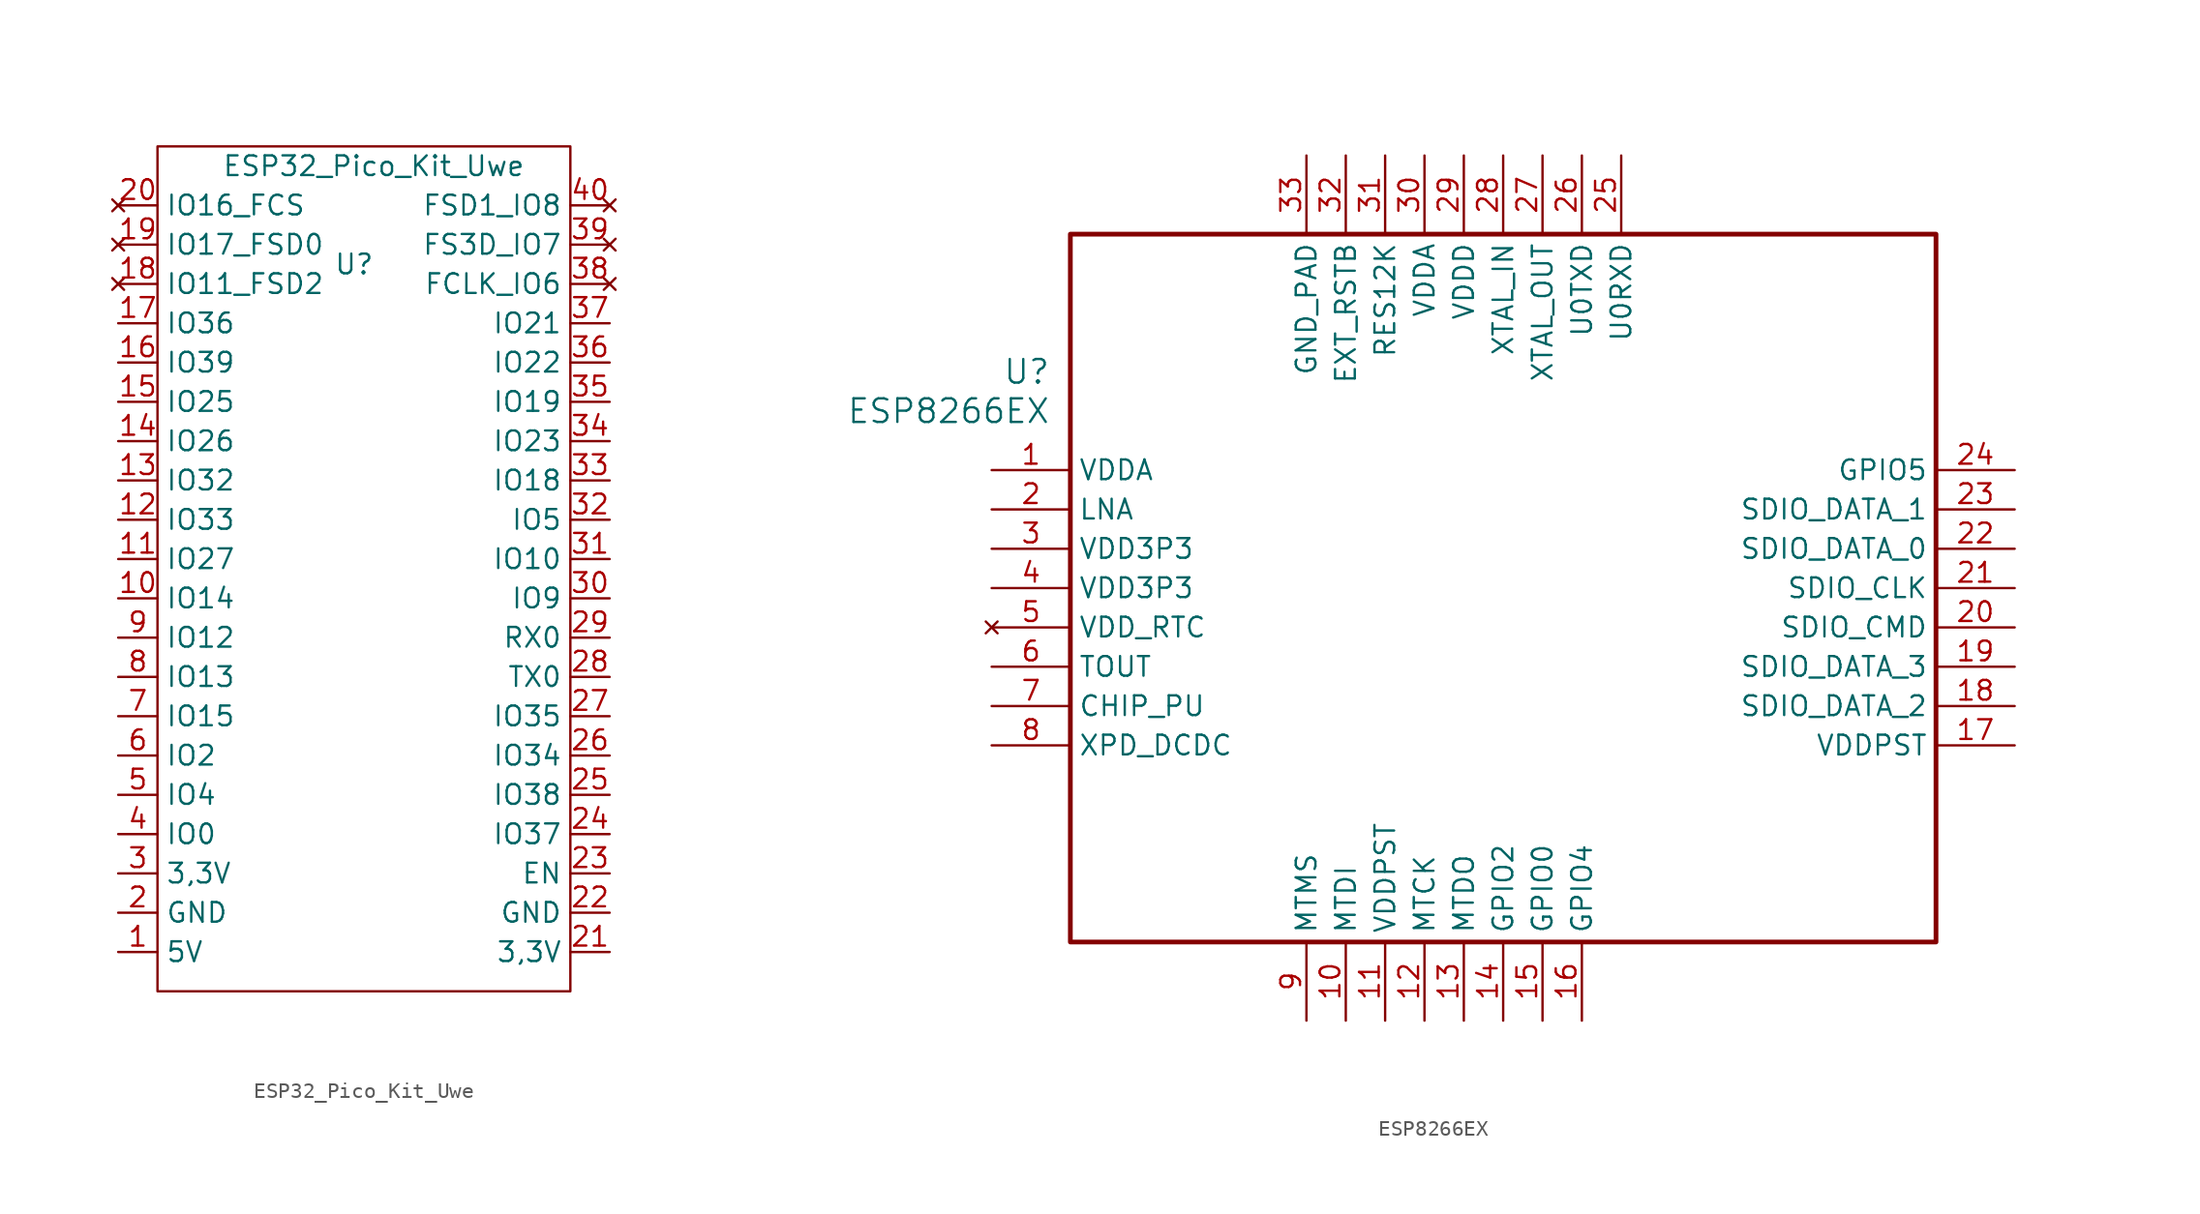
<source format=kicad_sym>
(kicad_symbol_lib
  (version 20201005)
  (generator kicad_symbol_editor)
  (symbol "Zimprich_neu:ESP32_Pico_Kit_Uwe"
    (property "Reference" "U"
      (at -1.27 21.59 0)
      (effects (font (size 1.27 1.27))))
    (property "Value" "ESP32_Pico_Kit_Uwe"
      (at 0 27.94 0)
      (effects (font (size 1.27 1.27))))
    (symbol "ESP32_Pico_Kit_Uwe_0_1"
      (rectangle (start -13.97 29.21) (end 12.7 -25.4) (stroke (width 0)) (fill (type none))))
    (symbol "ESP32_Pico_Kit_Uwe_1_1"
      (pin input line (at -16.51 -22.86 0) (length 2.54) (name "5V" (effects (font (size 1.27 1.27)))) (number "1" (effects (font (size 1.27 1.27)))))
      (pin bidirectional line (at -16.51 0 0) (length 2.54) (name "IO14" (effects (font (size 1.27 1.27)))) (number "10" (effects (font (size 1.27 1.27)))))
      (pin bidirectional line (at -16.51 2.54 0) (length 2.54) (name "IO27" (effects (font (size 1.27 1.27)))) (number "11" (effects (font (size 1.27 1.27)))))
      (pin bidirectional line (at -16.51 5.08 0) (length 2.54) (name "IO33" (effects (font (size 1.27 1.27)))) (number "12" (effects (font (size 1.27 1.27)))))
      (pin bidirectional line (at -16.51 7.62 0) (length 2.54) (name "IO32" (effects (font (size 1.27 1.27)))) (number "13" (effects (font (size 1.27 1.27)))))
      (pin bidirectional line (at -16.51 10.16 0) (length 2.54) (name "IO26" (effects (font (size 1.27 1.27)))) (number "14" (effects (font (size 1.27 1.27)))))
      (pin bidirectional line (at -16.51 12.7 0) (length 2.54) (name "IO25" (effects (font (size 1.27 1.27)))) (number "15" (effects (font (size 1.27 1.27)))))
      (pin bidirectional line (at -16.51 15.24 0) (length 2.54) (name "IO39" (effects (font (size 1.27 1.27)))) (number "16" (effects (font (size 1.27 1.27)))))
      (pin bidirectional line (at -16.51 17.78 0) (length 2.54) (name "IO36" (effects (font (size 1.27 1.27)))) (number "17" (effects (font (size 1.27 1.27)))))
      (pin unconnected line (at -16.51 20.32 0) (length 2.54) (name "IO11_FSD2" (effects (font (size 1.27 1.27)))) (number "18" (effects (font (size 1.27 1.27)))))
      (pin unconnected line (at -16.51 22.86 0) (length 2.54) (name "IO17_FSD0" (effects (font (size 1.27 1.27)))) (number "19" (effects (font (size 1.27 1.27)))))
      (pin input line (at -16.51 -20.32 0) (length 2.54) (name "GND" (effects (font (size 1.27 1.27)))) (number "2" (effects (font (size 1.27 1.27)))))
      (pin unconnected line (at -16.51 25.4 0) (length 2.54) (name "IO16_FCS" (effects (font (size 1.27 1.27)))) (number "20" (effects (font (size 1.27 1.27)))))
      (pin output line (at 15.24 -22.86 180) (length 2.54) (name "3,3V" (effects (font (size 1.27 1.27)))) (number "21" (effects (font (size 1.27 1.27)))))
      (pin input line (at 15.24 -20.32 180) (length 2.54) (name "GND" (effects (font (size 1.27 1.27)))) (number "22" (effects (font (size 1.27 1.27)))))
      (pin input line (at 15.24 -17.78 180) (length 2.54) (name "EN" (effects (font (size 1.27 1.27)))) (number "23" (effects (font (size 1.27 1.27)))))
      (pin bidirectional line (at 15.24 -15.24 180) (length 2.54) (name "IO37" (effects (font (size 1.27 1.27)))) (number "24" (effects (font (size 1.27 1.27)))))
      (pin bidirectional line (at 15.24 -12.7 180) (length 2.54) (name "IO38" (effects (font (size 1.27 1.27)))) (number "25" (effects (font (size 1.27 1.27)))))
      (pin bidirectional line (at 15.24 -10.16 180) (length 2.54) (name "IO34" (effects (font (size 1.27 1.27)))) (number "26" (effects (font (size 1.27 1.27)))))
      (pin bidirectional line (at 15.24 -7.62 180) (length 2.54) (name "IO35" (effects (font (size 1.27 1.27)))) (number "27" (effects (font (size 1.27 1.27)))))
      (pin output line (at 15.24 -5.08 180) (length 2.54) (name "TX0" (effects (font (size 1.27 1.27)))) (number "28" (effects (font (size 1.27 1.27)))))
      (pin bidirectional line (at 15.24 -2.54 180) (length 2.54) (name "RX0" (effects (font (size 1.27 1.27)))) (number "29" (effects (font (size 1.27 1.27)))))
      (pin input line (at -16.51 -17.78 0) (length 2.54) (name "3,3V" (effects (font (size 1.27 1.27)))) (number "3" (effects (font (size 1.27 1.27)))))
      (pin bidirectional line (at 15.24 0 180) (length 2.54) (name "IO9" (effects (font (size 1.27 1.27)))) (number "30" (effects (font (size 1.27 1.27)))))
      (pin output line (at 15.24 2.54 180) (length 2.54) (name "IO10" (effects (font (size 1.27 1.27)))) (number "31" (effects (font (size 1.27 1.27)))))
      (pin bidirectional line (at 15.24 5.08 180) (length 2.54) (name "IO5" (effects (font (size 1.27 1.27)))) (number "32" (effects (font (size 1.27 1.27)))))
      (pin bidirectional line (at 15.24 7.62 180) (length 2.54) (name "IO18" (effects (font (size 1.27 1.27)))) (number "33" (effects (font (size 1.27 1.27)))))
      (pin bidirectional line (at 15.24 10.16 180) (length 2.54) (name "IO23" (effects (font (size 1.27 1.27)))) (number "34" (effects (font (size 1.27 1.27)))))
      (pin bidirectional line (at 15.24 12.7 180) (length 2.54) (name "IO19" (effects (font (size 1.27 1.27)))) (number "35" (effects (font (size 1.27 1.27)))))
      (pin bidirectional line (at 15.24 15.24 180) (length 2.54) (name "IO22" (effects (font (size 1.27 1.27)))) (number "36" (effects (font (size 1.27 1.27)))))
      (pin bidirectional line (at 15.24 17.78 180) (length 2.54) (name "IO21" (effects (font (size 1.27 1.27)))) (number "37" (effects (font (size 1.27 1.27)))))
      (pin unconnected line (at 15.24 20.32 180) (length 2.54) (name "FCLK_IO6" (effects (font (size 1.27 1.27)))) (number "38" (effects (font (size 1.27 1.27)))))
      (pin unconnected line (at 15.24 22.86 180) (length 2.54) (name "FS3D_IO7" (effects (font (size 1.27 1.27)))) (number "39" (effects (font (size 1.27 1.27)))))
      (pin bidirectional line (at -16.51 -15.24 0) (length 2.54) (name "IO0" (effects (font (size 1.27 1.27)))) (number "4" (effects (font (size 1.27 1.27)))))
      (pin unconnected line (at 15.24 25.4 180) (length 2.54) (name "FSD1_IO8" (effects (font (size 1.27 1.27)))) (number "40" (effects (font (size 1.27 1.27)))))
      (pin bidirectional line (at -16.51 -12.7 0) (length 2.54) (name "IO4" (effects (font (size 1.27 1.27)))) (number "5" (effects (font (size 1.27 1.27)))))
      (pin bidirectional line (at -16.51 -10.16 0) (length 2.54) (name "IO2" (effects (font (size 1.27 1.27)))) (number "6" (effects (font (size 1.27 1.27)))))
      (pin bidirectional line (at -16.51 -7.62 0) (length 2.54) (name "IO15" (effects (font (size 1.27 1.27)))) (number "7" (effects (font (size 1.27 1.27)))))
      (pin bidirectional line (at -16.51 -5.08 0) (length 2.54) (name "IO13" (effects (font (size 1.27 1.27)))) (number "8" (effects (font (size 1.27 1.27)))))
      (pin bidirectional line (at -16.51 -2.54 0) (length 2.54) (name "IO12" (effects (font (size 1.27 1.27)))) (number "9" (effects (font (size 1.27 1.27)))))))
  (symbol "Zimprich_neu:ESP8266EX"
    (property "Reference" "U"
      (at 3.81 6.35 0)
      (effects (font (size 1.524 1.524)) (justify right)))
    (property "Value" "ESP8266EX"
      (at 3.81 3.81 0)
      (effects (font (size 1.524 1.524)) (justify right)))
    (property "ki_locked" ""
      (at 0 0 0)
      (effects (font (size 1.27 1.27))))
    (symbol "ESP8266EX_1_1"
      (rectangle (start 5.08 15.24) (end 60.96 -30.48) (stroke (width 0.305)) (fill (type none)))
      (pin power_in line (at 0 0 0) (length 5.08) (name "VDDA" (effects (font (size 1.27 1.27)))) (number "1" (effects (font (size 1.27 1.27)))))
      (pin bidirectional line (at 22.86 -35.56 90) (length 5.08) (name "MTDI" (effects (font (size 1.27 1.27)))) (number "10" (effects (font (size 1.27 1.27)))))
      (pin power_in line (at 25.4 -35.56 90) (length 5.08) (name "VDDPST" (effects (font (size 1.27 1.27)))) (number "11" (effects (font (size 1.27 1.27)))))
      (pin bidirectional line (at 27.94 -35.56 90) (length 5.08) (name "MTCK" (effects (font (size 1.27 1.27)))) (number "12" (effects (font (size 1.27 1.27)))))
      (pin bidirectional line (at 30.48 -35.56 90) (length 5.08) (name "MTDO" (effects (font (size 1.27 1.27)))) (number "13" (effects (font (size 1.27 1.27)))))
      (pin bidirectional line (at 33.02 -35.56 90) (length 5.08) (name "GPIO2" (effects (font (size 1.27 1.27)))) (number "14" (effects (font (size 1.27 1.27)))))
      (pin bidirectional line (at 35.56 -35.56 90) (length 5.08) (name "GPIO0" (effects (font (size 1.27 1.27)))) (number "15" (effects (font (size 1.27 1.27)))))
      (pin bidirectional line (at 38.1 -35.56 90) (length 5.08) (name "GPIO4" (effects (font (size 1.27 1.27)))) (number "16" (effects (font (size 1.27 1.27)))))
      (pin power_in line (at 66.04 -17.78 180) (length 5.08) (name "VDDPST" (effects (font (size 1.27 1.27)))) (number "17" (effects (font (size 1.27 1.27)))))
      (pin bidirectional line (at 66.04 -15.24 180) (length 5.08) (name "SDIO_DATA_2" (effects (font (size 1.27 1.27)))) (number "18" (effects (font (size 1.27 1.27)))))
      (pin bidirectional line (at 66.04 -12.7 180) (length 5.08) (name "SDIO_DATA_3" (effects (font (size 1.27 1.27)))) (number "19" (effects (font (size 1.27 1.27)))))
      (pin passive line (at 0 -2.54 0) (length 5.08) (name "LNA" (effects (font (size 1.27 1.27)))) (number "2" (effects (font (size 1.27 1.27)))))
      (pin bidirectional line (at 66.04 -10.16 180) (length 5.08) (name "SDIO_CMD" (effects (font (size 1.27 1.27)))) (number "20" (effects (font (size 1.27 1.27)))))
      (pin bidirectional line (at 66.04 -7.62 180) (length 5.08) (name "SDIO_CLK" (effects (font (size 1.27 1.27)))) (number "21" (effects (font (size 1.27 1.27)))))
      (pin bidirectional line (at 66.04 -5.08 180) (length 5.08) (name "SDIO_DATA_0" (effects (font (size 1.27 1.27)))) (number "22" (effects (font (size 1.27 1.27)))))
      (pin bidirectional line (at 66.04 -2.54 180) (length 5.08) (name "SDIO_DATA_1" (effects (font (size 1.27 1.27)))) (number "23" (effects (font (size 1.27 1.27)))))
      (pin bidirectional line (at 66.04 0 180) (length 5.08) (name "GPIO5" (effects (font (size 1.27 1.27)))) (number "24" (effects (font (size 1.27 1.27)))))
      (pin bidirectional line (at 40.64 20.32 270) (length 5.08) (name "U0RXD" (effects (font (size 1.27 1.27)))) (number "25" (effects (font (size 1.27 1.27)))))
      (pin bidirectional line (at 38.1 20.32 270) (length 5.08) (name "U0TXD" (effects (font (size 1.27 1.27)))) (number "26" (effects (font (size 1.27 1.27)))))
      (pin bidirectional line (at 35.56 20.32 270) (length 5.08) (name "XTAL_OUT" (effects (font (size 1.27 1.27)))) (number "27" (effects (font (size 1.27 1.27)))))
      (pin bidirectional line (at 33.02 20.32 270) (length 5.08) (name "XTAL_IN" (effects (font (size 1.27 1.27)))) (number "28" (effects (font (size 1.27 1.27)))))
      (pin power_in line (at 30.48 20.32 270) (length 5.08) (name "VDDD" (effects (font (size 1.27 1.27)))) (number "29" (effects (font (size 1.27 1.27)))))
      (pin power_in line (at 0 -5.08 0) (length 5.08) (name "VDD3P3" (effects (font (size 1.27 1.27)))) (number "3" (effects (font (size 1.27 1.27)))))
      (pin power_in line (at 27.94 20.32 270) (length 5.08) (name "VDDA" (effects (font (size 1.27 1.27)))) (number "30" (effects (font (size 1.27 1.27)))))
      (pin input line (at 25.4 20.32 270) (length 5.08) (name "RES12K" (effects (font (size 1.27 1.27)))) (number "31" (effects (font (size 1.27 1.27)))))
      (pin input line (at 22.86 20.32 270) (length 5.08) (name "EXT_RSTB" (effects (font (size 1.27 1.27)))) (number "32" (effects (font (size 1.27 1.27)))))
      (pin power_in line (at 20.32 20.32 270) (length 5.08) (name "GND_PAD" (effects (font (size 1.27 1.27)))) (number "33" (effects (font (size 1.27 1.27)))))
      (pin power_in line (at 0 -7.62 0) (length 5.08) (name "VDD3P3" (effects (font (size 1.27 1.27)))) (number "4" (effects (font (size 1.27 1.27)))))
      (pin unconnected line (at 0 -10.16 0) (length 5.08) (name "VDD_RTC" (effects (font (size 1.27 1.27)))) (number "5" (effects (font (size 1.27 1.27)))))
      (pin input line (at 0 -12.7 0) (length 5.08) (name "TOUT" (effects (font (size 1.27 1.27)))) (number "6" (effects (font (size 1.27 1.27)))))
      (pin input line (at 0 -15.24 0) (length 5.08) (name "CHIP_PU" (effects (font (size 1.27 1.27)))) (number "7" (effects (font (size 1.27 1.27)))))
      (pin bidirectional line (at 0 -17.78 0) (length 5.08) (name "XPD_DCDC" (effects (font (size 1.27 1.27)))) (number "8" (effects (font (size 1.27 1.27)))))
      (pin bidirectional line (at 20.32 -35.56 90) (length 5.08) (name "MTMS" (effects (font (size 1.27 1.27)))) (number "9" (effects (font (size 1.27 1.27))))))))
</source>
